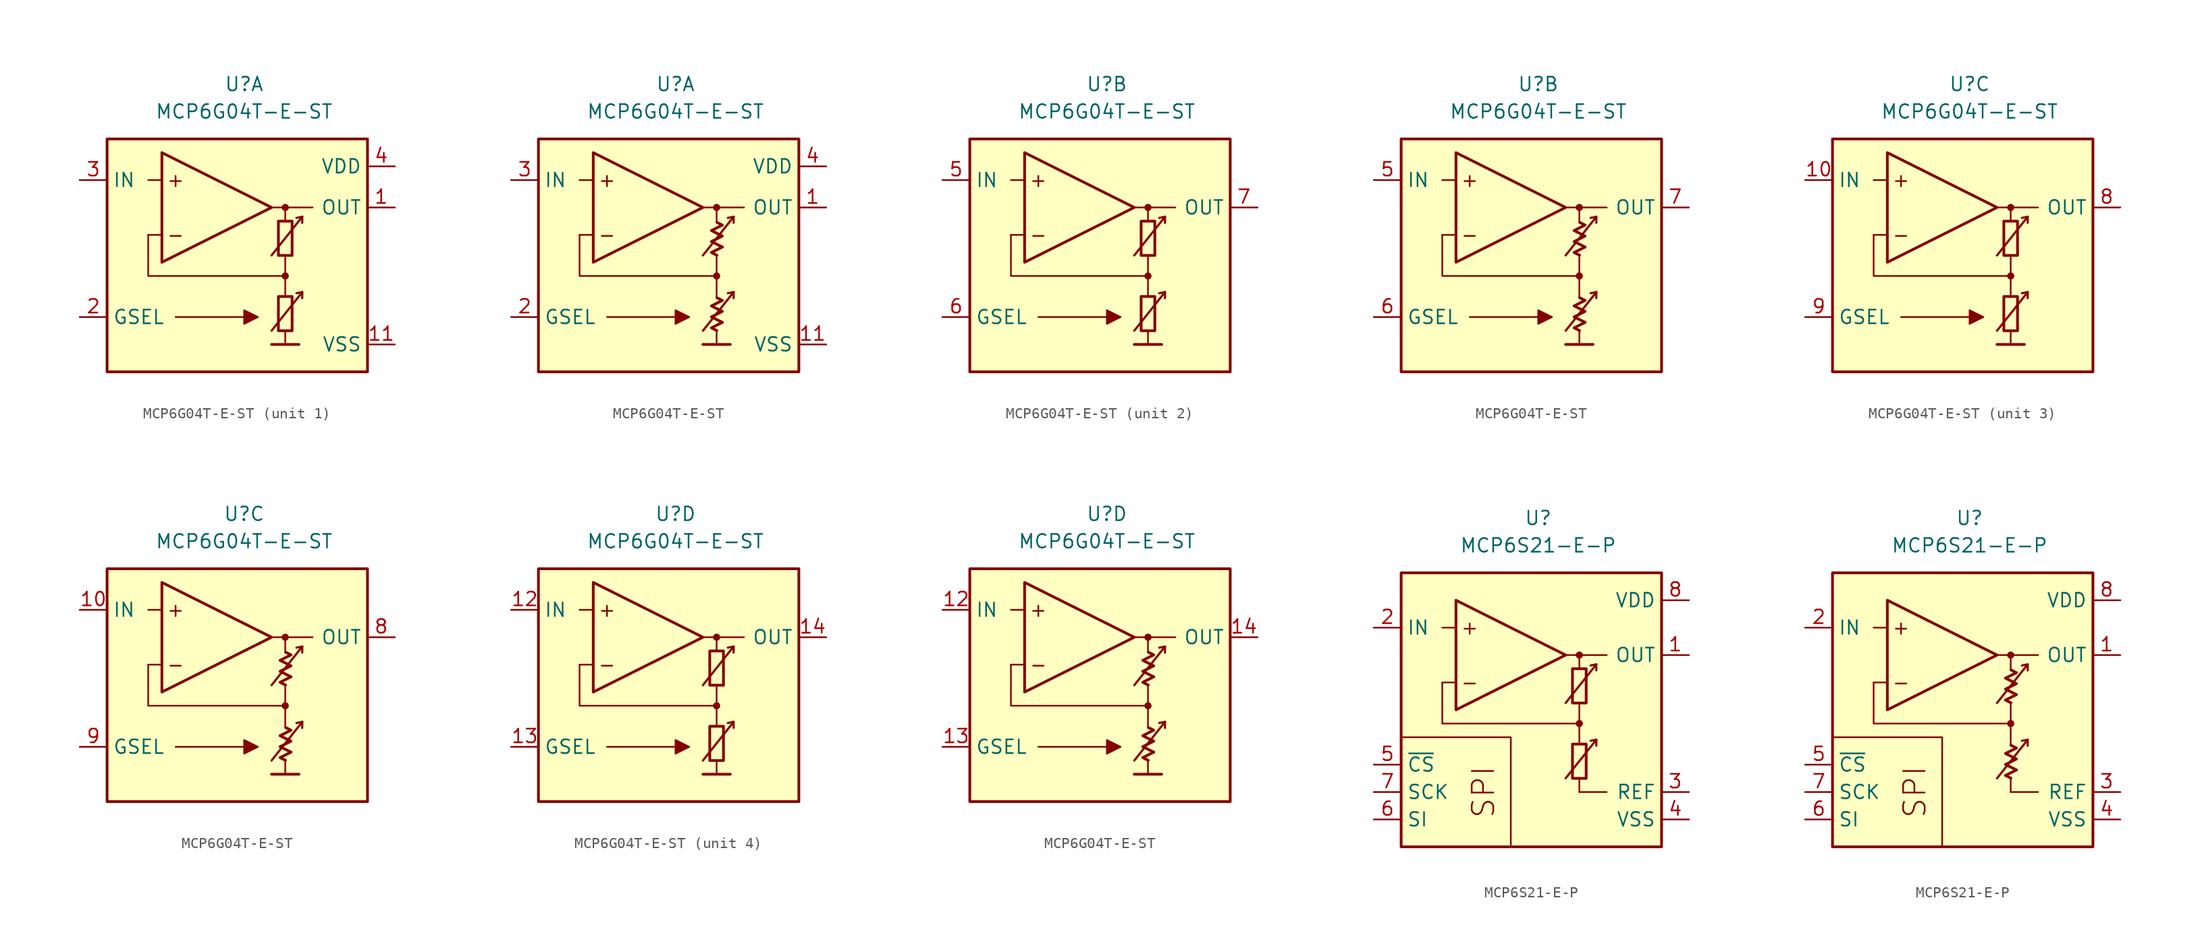
<source format=kicad_sym>
(kicad_symbol_lib
  (version 20231120)
  (generator "kicad_symbol_editor")
  (generator_version "8.0")
  (symbol "MCP6G04T-E-ST"
    (property "Reference" "U"
      (at 0 16.51 0)
      (effects (font (size 1.27 1.27))))
    (property "Value" "MCP6G04T-E-ST"
      (at 0 13.97 0)
      (effects (font (size 1.27 1.27))))
    (property "ki_locked" ""
      (at 0 0 0)
      (effects (font (size 1.27 1.27))))
    (symbol "MCP6G04T-E-ST_0_0"
      (rectangle (start -12.7 11.43) (end 11.43 -10.16) (stroke (width 0.254) (type default)) (fill (type background)))
      (polyline (pts (xy 3.81 -3.81)) (stroke (width 0.152) (type default)) (fill (type none)))
      (polyline (pts (xy 3.81 -3.175)) (stroke (width 0.152) (type default)) (fill (type none)))
      (polyline (pts (xy 3.81 3.81)) (stroke (width 0.152) (type default)) (fill (type none)))
      (polyline (pts (xy 3.81 3.81)) (stroke (width 0.152) (type default)) (fill (type none)))
      (polyline (pts (xy -7.62 2.54) (xy -8.89 2.54)) (stroke (width 0.152) (type default)) (fill (type none)))
      (polyline (pts (xy -7.62 7.62) (xy -8.89 7.62)) (stroke (width 0.152) (type default)) (fill (type none)))
      (polyline (pts (xy -6.35 -5.08) (xy 1.27 -5.08)) (stroke (width 0.152) (type default)) (fill (type none)))
      (polyline (pts (xy 2.54 -7.62) (xy 5.08 -7.62)) (stroke (width 0.254) (type default)) (fill (type none)))
      (polyline (pts (xy 2.54 5.08) (xy 6.35 5.08)) (stroke (width 0.152) (type default)) (fill (type none)))
      (polyline (pts (xy 3.81 -6.35) (xy 3.81 -7.62)) (stroke (width 0.152) (type default)) (fill (type none)))
      (polyline (pts (xy 3.81 -1.27) (xy 3.81 -3.175)) (stroke (width 0.152) (type default)) (fill (type none)))
      (polyline (pts (xy 3.81 0.635) (xy 3.81 -1.27)) (stroke (width 0.152) (type default)) (fill (type none)))
      (polyline (pts (xy 3.81 5.08) (xy 3.81 3.81)) (stroke (width 0.152) (type default)) (fill (type none)))
      (polyline (pts (xy 5.385 -2.769) (xy 4.851 -2.87)) (stroke (width 0.2) (type default)) (fill (type none)))
      (polyline (pts (xy 5.385 -2.769) (xy 5.385 -3.327)) (stroke (width 0.2) (type default)) (fill (type none)))
      (polyline (pts (xy 5.385 4.216) (xy 4.851 4.115)) (stroke (width 0.2) (type default)) (fill (type none)))
      (polyline (pts (xy 5.385 4.216) (xy 5.385 3.658)) (stroke (width 0.2) (type default)) (fill (type none)))
      (polyline (pts (xy 3.81 -1.27) (xy -8.89 -1.27) (xy -8.89 2.54)) (stroke (width 0.152) (type default)) (fill (type none)))
      (polyline (pts (xy -7.62 10.16) (xy -7.62 0) (xy 2.54 5.08) (xy -7.62 10.16)) (stroke (width 0.254) (type default)) (fill (type background)))
      (polyline (pts (xy 2.54 -6.35) (xy 5.385 -2.769) (xy 5.385 -2.769) (xy 5.385 -2.769)) (stroke (width 0.2) (type default)) (fill (type none)))
      (polyline (pts (xy 2.54 0.635) (xy 5.385 4.216) (xy 5.385 4.216) (xy 5.385 4.216)) (stroke (width 0.2) (type default)) (fill (type none)))
      (polyline (pts (xy 1.27 -5.08) (xy 0 -4.445) (xy 0 -5.715) (xy 1.27 -5.08) (xy 0 -4.445)) (stroke (width 0.152) (type default)) (fill (type outline)))
      (circle (center 3.81 -1.27) (radius 0.254) (stroke (width 0.152) (type default)) (fill (type outline)))
      (circle (center 3.81 5.08) (radius 0.254) (stroke (width 0.152) (type default)) (fill (type outline)))
      (text "+" (at -6.35 7.62 0) (effects (font (size 1.27 1.27))))
      (text "-" (at -6.35 2.54 0) (effects (font (size 1.27 1.27)))))
    (symbol "MCP6G04T-E-ST_0_1"
      (rectangle (start 3.175 -3.175) (end 4.445 -6.35) (stroke (width 0.254) (type default)) (fill (type none)))
      (rectangle (start 3.175 3.81) (end 4.445 0.635) (stroke (width 0.254) (type default)) (fill (type none))))
    (symbol "MCP6G04T-E-ST_0_2"
      (polyline (pts (xy 4.343 -5.572) (xy 3.326 -6.08) (xy 3.834 -6.333)) (stroke (width 0.254) (type default)) (fill (type none)))
      (polyline (pts (xy 4.343 1.413) (xy 3.326 0.905) (xy 3.834 0.651)) (stroke (width 0.254) (type default)) (fill (type none)))
      (polyline (pts (xy 3.834 -3.285) (xy 4.343 -3.539) (xy 3.326 -4.048) (xy 4.343 -4.556) (xy 3.326 -5.064) (xy 4.343 -5.572)) (stroke (width 0.254) (type default)) (fill (type none)))
      (polyline (pts (xy 3.834 3.7) (xy 4.343 3.446) (xy 3.326 2.938) (xy 4.343 2.429) (xy 3.326 1.921) (xy 4.343 1.413)) (stroke (width 0.254) (type default)) (fill (type none))))
    (symbol "MCP6G04T-E-ST_1_1"
      (pin output line (at 13.97 5.08 180) (length 2.54) (name "OUT" (effects (font (size 1.27 1.27)))) (number "1" (effects (font (size 1.27 1.27)))))
      (pin power_in line (at 13.97 -7.62 180) (length 2.54) (name "VSS" (effects (font (size 1.27 1.27)))) (number "11" (effects (font (size 1.27 1.27)))))
      (pin input line (at -15.24 -5.08 0) (length 2.54) (name "GSEL" (effects (font (size 1.27 1.27)))) (number "2" (effects (font (size 1.27 1.27)))))
      (pin input line (at -15.24 7.62 0) (length 2.54) (name "IN" (effects (font (size 1.27 1.27)))) (number "3" (effects (font (size 1.27 1.27)))))
      (pin power_in line (at 13.97 8.89 180) (length 2.54) (name "VDD" (effects (font (size 1.27 1.27)))) (number "4" (effects (font (size 1.27 1.27))))))
    (symbol "MCP6G04T-E-ST_1_2"
      (pin output line (at 13.97 5.08 180) (length 2.54) (name "OUT" (effects (font (size 1.27 1.27)))) (number "1" (effects (font (size 1.27 1.27)))))
      (pin power_in line (at 13.97 -7.62 180) (length 2.54) (name "VSS" (effects (font (size 1.27 1.27)))) (number "11" (effects (font (size 1.27 1.27)))))
      (pin input line (at -15.24 -5.08 0) (length 2.54) (name "GSEL" (effects (font (size 1.27 1.27)))) (number "2" (effects (font (size 1.27 1.27)))))
      (pin input line (at -15.24 7.62 0) (length 2.54) (name "IN" (effects (font (size 1.27 1.27)))) (number "3" (effects (font (size 1.27 1.27)))))
      (pin power_in line (at 13.97 8.89 180) (length 2.54) (name "VDD" (effects (font (size 1.27 1.27)))) (number "4" (effects (font (size 1.27 1.27))))))
    (symbol "MCP6G04T-E-ST_2_1"
      (pin input line (at -15.24 7.62 0) (length 2.54) (name "IN" (effects (font (size 1.27 1.27)))) (number "5" (effects (font (size 1.27 1.27)))))
      (pin input line (at -15.24 -5.08 0) (length 2.54) (name "GSEL" (effects (font (size 1.27 1.27)))) (number "6" (effects (font (size 1.27 1.27)))))
      (pin output line (at 13.97 5.08 180) (length 2.54) (name "OUT" (effects (font (size 1.27 1.27)))) (number "7" (effects (font (size 1.27 1.27))))))
    (symbol "MCP6G04T-E-ST_2_2"
      (pin input line (at -15.24 7.62 0) (length 2.54) (name "IN" (effects (font (size 1.27 1.27)))) (number "5" (effects (font (size 1.27 1.27)))))
      (pin input line (at -15.24 -5.08 0) (length 2.54) (name "GSEL" (effects (font (size 1.27 1.27)))) (number "6" (effects (font (size 1.27 1.27)))))
      (pin output line (at 13.97 5.08 180) (length 2.54) (name "OUT" (effects (font (size 1.27 1.27)))) (number "7" (effects (font (size 1.27 1.27))))))
    (symbol "MCP6G04T-E-ST_3_1"
      (pin input line (at -15.24 7.62 0) (length 2.54) (name "IN" (effects (font (size 1.27 1.27)))) (number "10" (effects (font (size 1.27 1.27)))))
      (pin output line (at 13.97 5.08 180) (length 2.54) (name "OUT" (effects (font (size 1.27 1.27)))) (number "8" (effects (font (size 1.27 1.27)))))
      (pin input line (at -15.24 -5.08 0) (length 2.54) (name "GSEL" (effects (font (size 1.27 1.27)))) (number "9" (effects (font (size 1.27 1.27))))))
    (symbol "MCP6G04T-E-ST_3_2"
      (pin input line (at -15.24 7.62 0) (length 2.54) (name "IN" (effects (font (size 1.27 1.27)))) (number "10" (effects (font (size 1.27 1.27)))))
      (pin output line (at 13.97 5.08 180) (length 2.54) (name "OUT" (effects (font (size 1.27 1.27)))) (number "8" (effects (font (size 1.27 1.27)))))
      (pin input line (at -15.24 -5.08 0) (length 2.54) (name "GSEL" (effects (font (size 1.27 1.27)))) (number "9" (effects (font (size 1.27 1.27))))))
    (symbol "MCP6G04T-E-ST_4_1"
      (pin input line (at -15.24 7.62 0) (length 2.54) (name "IN" (effects (font (size 1.27 1.27)))) (number "12" (effects (font (size 1.27 1.27)))))
      (pin input line (at -15.24 -5.08 0) (length 2.54) (name "GSEL" (effects (font (size 1.27 1.27)))) (number "13" (effects (font (size 1.27 1.27)))))
      (pin output line (at 13.97 5.08 180) (length 2.54) (name "OUT" (effects (font (size 1.27 1.27)))) (number "14" (effects (font (size 1.27 1.27))))))
    (symbol "MCP6G04T-E-ST_4_2"
      (pin input line (at -15.24 7.62 0) (length 2.54) (name "IN" (effects (font (size 1.27 1.27)))) (number "12" (effects (font (size 1.27 1.27)))))
      (pin input line (at -15.24 -5.08 0) (length 2.54) (name "GSEL" (effects (font (size 1.27 1.27)))) (number "13" (effects (font (size 1.27 1.27)))))
      (pin output line (at 13.97 5.08 180) (length 2.54) (name "OUT" (effects (font (size 1.27 1.27)))) (number "14" (effects (font (size 1.27 1.27)))))))
  (symbol "MCP6S21-E-P"
    (property "Reference" "U"
      (at 0 17.78 0)
      (effects (font (size 1.27 1.27))))
    (property "Value" "MCP6S21-E-P"
      (at 0 15.24 0)
      (effects (font (size 1.27 1.27))))
    (symbol "MCP6S21-E-P_0_0"
      (rectangle (start -12.7 12.7) (end 11.43 -12.7) (stroke (width 0.254) (type default)) (fill (type background)))
      (polyline (pts (xy 3.81 -3.81)) (stroke (width 0.152) (type default)) (fill (type none)))
      (polyline (pts (xy 3.81 -3.175)) (stroke (width 0.152) (type default)) (fill (type none)))
      (polyline (pts (xy 3.81 3.81)) (stroke (width 0.152) (type default)) (fill (type none)))
      (polyline (pts (xy 3.81 3.81)) (stroke (width 0.152) (type default)) (fill (type none)))
      (polyline (pts (xy -7.62 2.54) (xy -8.89 2.54)) (stroke (width 0.152) (type default)) (fill (type none)))
      (polyline (pts (xy -7.62 7.62) (xy -8.89 7.62)) (stroke (width 0.152) (type default)) (fill (type none)))
      (polyline (pts (xy 2.54 5.08) (xy 6.35 5.08)) (stroke (width 0.152) (type default)) (fill (type none)))
      (polyline (pts (xy 3.81 -6.35) (xy 3.81 -7.62)) (stroke (width 0.152) (type default)) (fill (type none)))
      (polyline (pts (xy 3.81 -1.27) (xy 3.81 -3.175)) (stroke (width 0.152) (type default)) (fill (type none)))
      (polyline (pts (xy 3.81 0.635) (xy 3.81 -1.27)) (stroke (width 0.152) (type default)) (fill (type none)))
      (polyline (pts (xy 3.81 5.08) (xy 3.81 3.81)) (stroke (width 0.152) (type default)) (fill (type none)))
      (polyline (pts (xy -2.54 -12.7) (xy -2.54 -2.54) (xy -12.7 -2.54)) (stroke (width 0.152) (type default)) (fill (type none)))
      (polyline (pts (xy 3.81 -1.27) (xy -8.89 -1.27) (xy -8.89 2.54)) (stroke (width 0.152) (type default)) (fill (type none)))
      (circle (center 3.81 -1.27) (radius 0.254) (stroke (width 0.152) (type default)) (fill (type outline)))
      (circle (center 3.81 5.08) (radius 0.254) (stroke (width 0.152) (type default)) (fill (type outline)))
      (text "+" (at -6.35 7.62 0) (effects (font (size 1.27 1.27))))
      (text "-" (at -6.35 2.54 0) (effects (font (size 1.27 1.27))))
      (text "SPI" (at -5.08 -7.62 900) (effects (font (size 2 2)))))
    (symbol "MCP6S21-E-P_0_1"
      (rectangle (start 3.175 -3.175) (end 4.445 -6.35) (stroke (width 0.254) (type default)) (fill (type none)))
      (rectangle (start 3.175 3.81) (end 4.445 0.635) (stroke (width 0.254) (type default)) (fill (type none))))
    (symbol "MCP6S21-E-P_0_2"
      (polyline (pts (xy 4.343 -5.572) (xy 3.326 -6.08) (xy 3.834 -6.333)) (stroke (width 0.254) (type default)) (fill (type none)))
      (polyline (pts (xy 4.343 1.413) (xy 3.326 0.905) (xy 3.834 0.651)) (stroke (width 0.254) (type default)) (fill (type none)))
      (polyline (pts (xy 3.834 -3.285) (xy 4.343 -3.539) (xy 3.326 -4.048) (xy 4.343 -4.556) (xy 3.326 -5.064) (xy 4.343 -5.572)) (stroke (width 0.254) (type default)) (fill (type none)))
      (polyline (pts (xy 3.834 3.7) (xy 4.343 3.446) (xy 3.326 2.938) (xy 4.343 2.429) (xy 3.326 1.921) (xy 4.343 1.413)) (stroke (width 0.254) (type default)) (fill (type none))))
    (symbol "MCP6S21-E-P_1_0"
      (polyline (pts (xy 3.81 -7.62) (xy 6.35 -7.62)) (stroke (width 0) (type default)) (fill (type none)))
      (polyline (pts (xy 5.385 -2.769) (xy 4.851 -2.87)) (stroke (width 0.2) (type default)) (fill (type none)))
      (polyline (pts (xy 5.385 -2.769) (xy 5.385 -3.327)) (stroke (width 0.2) (type default)) (fill (type none)))
      (polyline (pts (xy 5.385 4.216) (xy 4.851 4.115)) (stroke (width 0.2) (type default)) (fill (type none)))
      (polyline (pts (xy 5.385 4.216) (xy 5.385 3.658)) (stroke (width 0.2) (type default)) (fill (type none)))
      (polyline (pts (xy -7.62 10.16) (xy -7.62 0) (xy 2.54 5.08) (xy -7.62 10.16)) (stroke (width 0.254) (type default)) (fill (type background)))
      (polyline (pts (xy 2.54 -6.35) (xy 5.385 -2.769) (xy 5.385 -2.769) (xy 5.385 -2.769)) (stroke (width 0.2) (type default)) (fill (type none)))
      (polyline (pts (xy 2.54 0.635) (xy 5.385 4.216) (xy 5.385 4.216) (xy 5.385 4.216)) (stroke (width 0.2) (type default)) (fill (type none))))
    (symbol "MCP6S21-E-P_1_1"
      (pin output line (at 13.97 5.08 180) (length 2.54) (name "OUT" (effects (font (size 1.27 1.27)))) (number "1" (effects (font (size 1.27 1.27)))))
      (pin input line (at -15.24 7.62 0) (length 2.54) (name "IN" (effects (font (size 1.27 1.27)))) (number "2" (effects (font (size 1.27 1.27)))))
      (pin passive line (at 13.97 -7.62 180) (length 2.54) (name "REF" (effects (font (size 1.27 1.27)))) (number "3" (effects (font (size 1.27 1.27)))))
      (pin power_in line (at 13.97 -10.16 180) (length 2.54) (name "VSS" (effects (font (size 1.27 1.27)))) (number "4" (effects (font (size 1.27 1.27)))))
      (pin input line (at -15.24 -5.08 0) (length 2.54) (name "~{CS}" (effects (font (size 1.27 1.27)))) (number "5" (effects (font (size 1.27 1.27)))))
      (pin input line (at -15.24 -10.16 0) (length 2.54) (name "SI" (effects (font (size 1.27 1.27)))) (number "6" (effects (font (size 1.27 1.27)))))
      (pin input line (at -15.24 -7.62 0) (length 2.54) (name "SCK" (effects (font (size 1.27 1.27)))) (number "7" (effects (font (size 1.27 1.27)))))
      (pin power_in line (at 13.97 10.16 180) (length 2.54) (name "VDD" (effects (font (size 1.27 1.27)))) (number "8" (effects (font (size 1.27 1.27))))))
    (symbol "MCP6S21-E-P_1_2"
      (pin output line (at 13.97 5.08 180) (length 2.54) (name "OUT" (effects (font (size 1.27 1.27)))) (number "1" (effects (font (size 1.27 1.27)))))
      (pin input line (at -15.24 7.62 0) (length 2.54) (name "IN" (effects (font (size 1.27 1.27)))) (number "2" (effects (font (size 1.27 1.27)))))
      (pin passive line (at 13.97 -7.62 180) (length 2.54) (name "REF" (effects (font (size 1.27 1.27)))) (number "3" (effects (font (size 1.27 1.27)))))
      (pin power_in line (at 13.97 -10.16 180) (length 2.54) (name "VSS" (effects (font (size 1.27 1.27)))) (number "4" (effects (font (size 1.27 1.27)))))
      (pin input line (at -15.24 -5.08 0) (length 2.54) (name "~{CS}" (effects (font (size 1.27 1.27)))) (number "5" (effects (font (size 1.27 1.27)))))
      (pin input line (at -15.24 -10.16 0) (length 2.54) (name "SI" (effects (font (size 1.27 1.27)))) (number "6" (effects (font (size 1.27 1.27)))))
      (pin input line (at -15.24 -7.62 0) (length 2.54) (name "SCK" (effects (font (size 1.27 1.27)))) (number "7" (effects (font (size 1.27 1.27)))))
      (pin power_in line (at 13.97 10.16 180) (length 2.54) (name "VDD" (effects (font (size 1.27 1.27)))) (number "8" (effects (font (size 1.27 1.27))))))))
</source>
